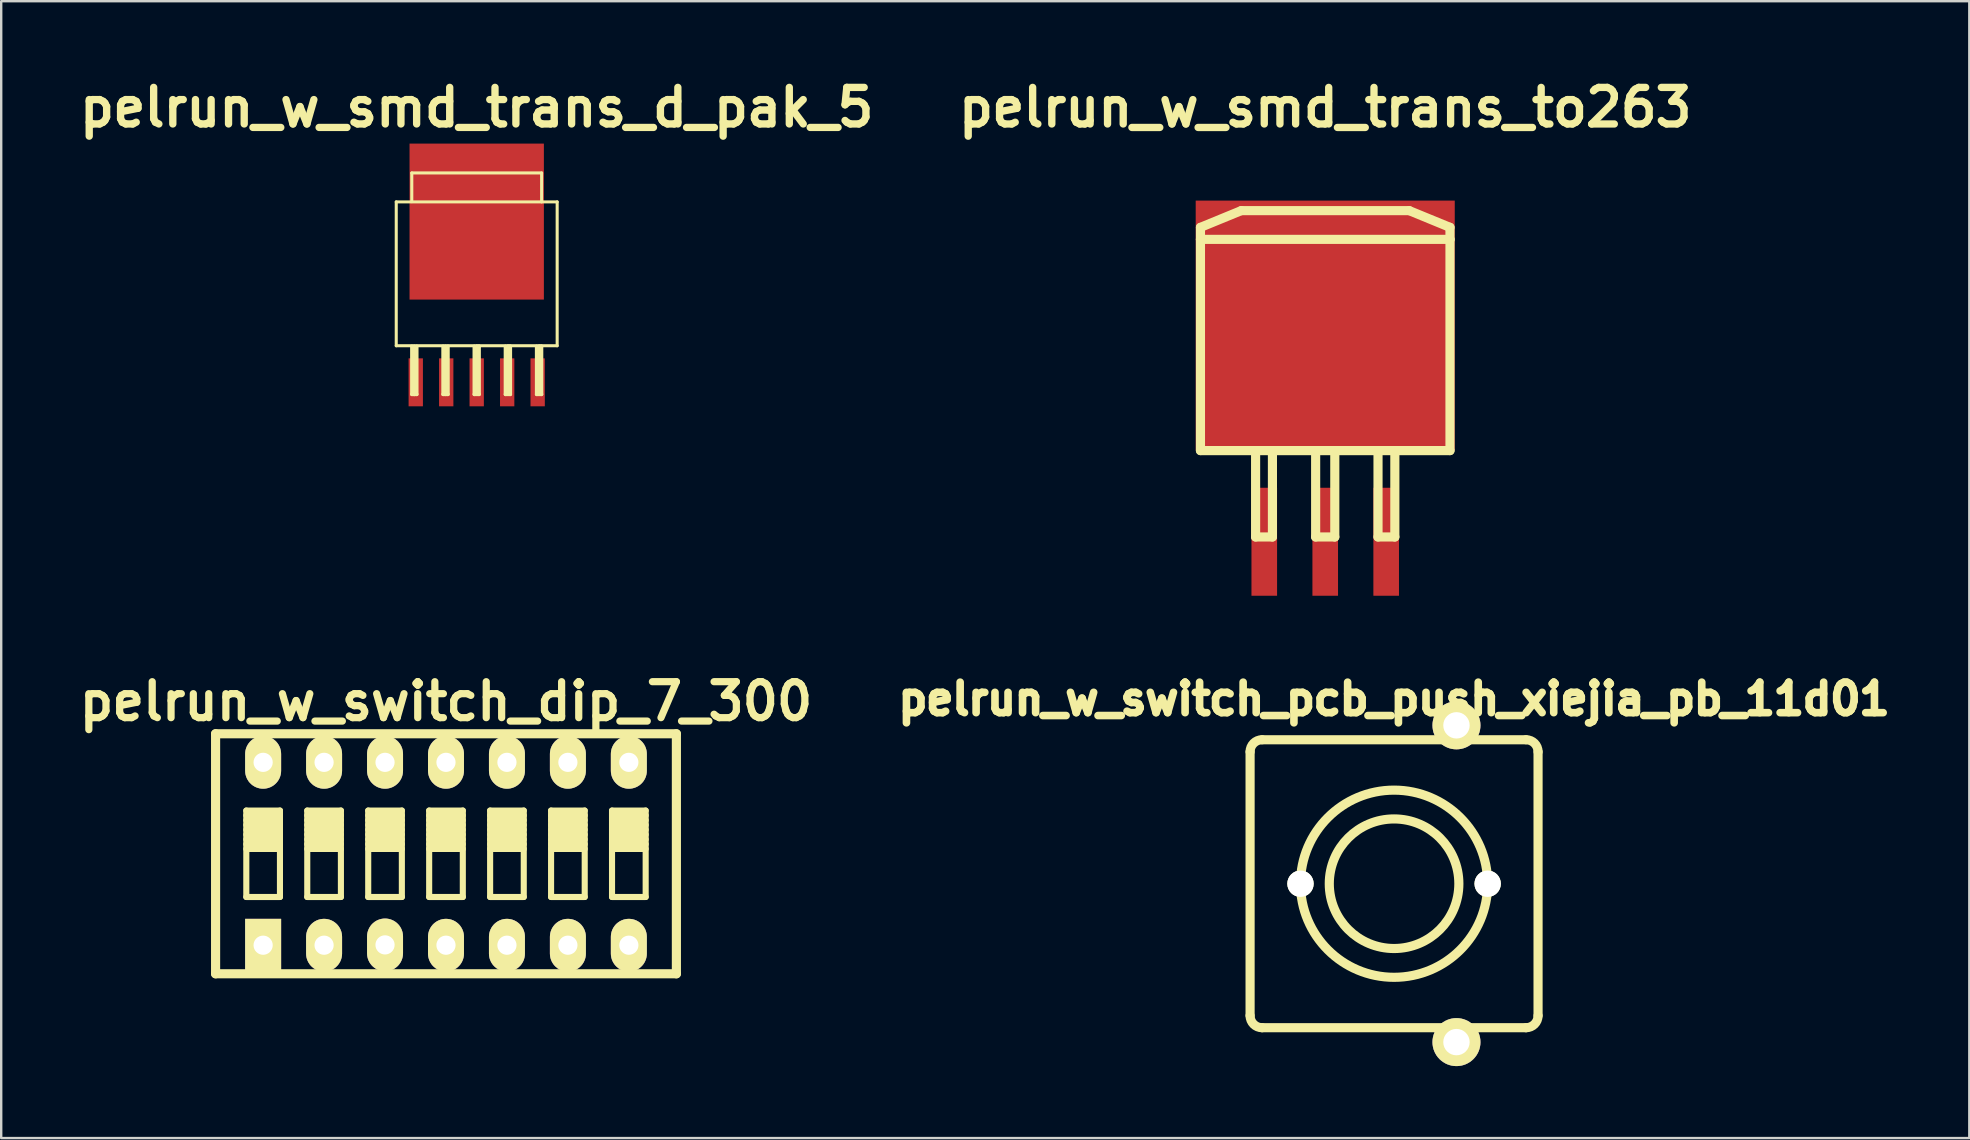
<source format=kicad_pcb>
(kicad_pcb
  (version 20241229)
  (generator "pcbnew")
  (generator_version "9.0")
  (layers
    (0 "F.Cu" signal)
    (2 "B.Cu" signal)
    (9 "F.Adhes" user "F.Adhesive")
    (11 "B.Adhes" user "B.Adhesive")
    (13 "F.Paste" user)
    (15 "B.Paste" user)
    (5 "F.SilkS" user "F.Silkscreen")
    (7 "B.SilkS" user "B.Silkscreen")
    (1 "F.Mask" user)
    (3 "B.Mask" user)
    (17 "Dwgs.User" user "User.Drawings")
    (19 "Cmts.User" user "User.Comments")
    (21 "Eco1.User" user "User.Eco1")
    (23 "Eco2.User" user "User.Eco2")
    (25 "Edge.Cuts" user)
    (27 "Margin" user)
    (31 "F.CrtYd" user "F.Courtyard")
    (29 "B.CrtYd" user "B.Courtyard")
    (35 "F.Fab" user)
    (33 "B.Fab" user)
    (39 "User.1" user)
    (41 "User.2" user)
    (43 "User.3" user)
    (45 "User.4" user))
  (footprint "pelrun_w_switch_pcb_push_xiejia_pb_11d01"
    (layer "F.Cu")
    (at 55.043 33.776)
    (property "Reference" "pelrun_w_switch_pcb_push_xiejia_pb_11d01" (at 0 -7.7 0) (layer "F.SilkS") (effects (font (size 1.27 1.27) (thickness 0.318))))
    (attr through_hole)
    (fp_line (start -6 5.5) (end -6 -5.5) (stroke (width 0.381) (type solid)) (layer "F.SilkS"))
    (fp_line (start -5.5 -6) (end 5.5 -6) (stroke (width 0.381) (type solid)) (layer "F.SilkS"))
    (fp_line (start 5.5 6) (end -5.5 6) (stroke (width 0.381) (type solid)) (layer "F.SilkS"))
    (fp_line (start 6 -5.5) (end 6 5.5) (stroke (width 0.381) (type solid)) (layer "F.SilkS"))
    (fp_arc (start -6 -5.5) (mid -5.853553 -5.853553) (end -5.5 -6) (stroke (width 0.381) (type solid)) (layer "F.SilkS"))
    (fp_arc (start -5.5 6) (mid -5.853553 5.853553) (end -6 5.5) (stroke (width 0.381) (type solid)) (layer "F.SilkS"))
    (fp_arc (start 5.5 -6) (mid 5.853553 -5.853553) (end 6 -5.5) (stroke (width 0.381) (type solid)) (layer "F.SilkS"))
    (fp_arc (start 6 5.5) (mid 5.853553 5.853553) (end 5.5 6) (stroke (width 0.381) (type solid)) (layer "F.SilkS"))
    (fp_circle (center 0 0) (end 2.7 0) (stroke (width 0.381) (type solid)) (fill no) (layer "F.SilkS"))
    (fp_circle (center 0 0) (end 3.9 0) (stroke (width 0.381) (type solid)) (fill no) (layer "F.SilkS"))
    (pad "" np_thru_hole circle (at -3.9 0) (size 1.1 1.1) (drill 1.1) (layers "*.Cu" "*.Mask" "F.SilkS"))
    (pad "" np_thru_hole circle (at 3.9 0) (size 1.1 1.1) (drill 1.1) (layers "*.Cu" "*.Mask" "F.SilkS"))
    (pad "1" thru_hole circle (at 2.6 -6.6) (size 2 2) (drill 1.1) (layers "*.Cu" "*.Mask" "F.SilkS"))
    (pad "2" thru_hole circle (at 2.6 6.6) (size 2 2) (drill 1.1) (layers "*.Cu" "*.Mask" "F.SilkS")))
  (footprint "pelrun_w_switch_dip_7_300"
    (layer "F.Cu")
    (at 15.535 32.528)
    (property "Reference" "pelrun_w_switch_dip_7_300" (at 0 -6.35 0) (layer "F.SilkS") (effects (font (size 1.499 1.499) (thickness 0.3))))
    (attr through_hole)
    (fp_line (start -9.601 5.001) (end -9.601 -5.001) (stroke (width 0.381) (type solid)) (layer "F.SilkS"))
    (fp_line (start -9.601 5.001) (end 9.601 5.001) (stroke (width 0.381) (type solid)) (layer "F.SilkS"))
    (fp_line (start -8.321 -1.801) (end -8.321 1.801) (stroke (width 0.254) (type solid)) (layer "F.SilkS"))
    (fp_line (start -8.321 -1.6) (end -6.919 -1.6) (stroke (width 0.254) (type solid)) (layer "F.SilkS"))
    (fp_line (start -8.321 -1.4) (end -6.919 -1.4) (stroke (width 0.254) (type solid)) (layer "F.SilkS"))
    (fp_line (start -8.321 -1.201) (end -6.919 -1.201) (stroke (width 0.254) (type solid)) (layer "F.SilkS"))
    (fp_line (start -8.321 -1.001) (end -6.919 -1.001) (stroke (width 0.254) (type solid)) (layer "F.SilkS"))
    (fp_line (start -8.321 -0.8) (end -6.919 -0.8) (stroke (width 0.254) (type solid)) (layer "F.SilkS"))
    (fp_line (start -8.321 -0.599) (end -6.919 -0.599) (stroke (width 0.254) (type solid)) (layer "F.SilkS"))
    (fp_line (start -8.321 -0.401) (end -6.919 -0.401) (stroke (width 0.254) (type solid)) (layer "F.SilkS"))
    (fp_line (start -8.321 -0.201) (end -6.919 -0.201) (stroke (width 0.254) (type solid)) (layer "F.SilkS"))
    (fp_line (start -8.321 1.801) (end -6.919 1.801) (stroke (width 0.254) (type solid)) (layer "F.SilkS"))
    (fp_line (start -6.919 -1.801) (end -8.321 -1.801) (stroke (width 0.254) (type solid)) (layer "F.SilkS"))
    (fp_line (start -6.919 1.801) (end -6.919 -1.801) (stroke (width 0.254) (type solid)) (layer "F.SilkS"))
    (fp_line (start -5.781 -1.801) (end -5.781 1.801) (stroke (width 0.254) (type solid)) (layer "F.SilkS"))
    (fp_line (start -5.781 -1.6) (end -4.379 -1.6) (stroke (width 0.254) (type solid)) (layer "F.SilkS"))
    (fp_line (start -5.781 -1.4) (end -4.379 -1.4) (stroke (width 0.254) (type solid)) (layer "F.SilkS"))
    (fp_line (start -5.781 -1.201) (end -4.379 -1.201) (stroke (width 0.254) (type solid)) (layer "F.SilkS"))
    (fp_line (start -5.781 -1.001) (end -4.379 -1.001) (stroke (width 0.254) (type solid)) (layer "F.SilkS"))
    (fp_line (start -5.781 -0.8) (end -4.379 -0.8) (stroke (width 0.254) (type solid)) (layer "F.SilkS"))
    (fp_line (start -5.781 -0.599) (end -4.379 -0.599) (stroke (width 0.254) (type solid)) (layer "F.SilkS"))
    (fp_line (start -5.781 -0.401) (end -4.379 -0.401) (stroke (width 0.254) (type solid)) (layer "F.SilkS"))
    (fp_line (start -5.781 -0.201) (end -4.379 -0.201) (stroke (width 0.254) (type solid)) (layer "F.SilkS"))
    (fp_line (start -5.781 1.801) (end -4.379 1.801) (stroke (width 0.254) (type solid)) (layer "F.SilkS"))
    (fp_line (start -4.379 -1.801) (end -5.781 -1.801) (stroke (width 0.254) (type solid)) (layer "F.SilkS"))
    (fp_line (start -4.379 1.801) (end -4.379 -1.801) (stroke (width 0.254) (type solid)) (layer "F.SilkS"))
    (fp_line (start -3.241 -1.801) (end -3.241 1.801) (stroke (width 0.254) (type solid)) (layer "F.SilkS"))
    (fp_line (start -3.241 -1.6) (end -1.839 -1.6) (stroke (width 0.254) (type solid)) (layer "F.SilkS"))
    (fp_line (start -3.241 -1.4) (end -1.839 -1.4) (stroke (width 0.254) (type solid)) (layer "F.SilkS"))
    (fp_line (start -3.241 -1.201) (end -1.839 -1.201) (stroke (width 0.254) (type solid)) (layer "F.SilkS"))
    (fp_line (start -3.241 -1.001) (end -1.839 -1.001) (stroke (width 0.254) (type solid)) (layer "F.SilkS"))
    (fp_line (start -3.241 -0.8) (end -1.839 -0.8) (stroke (width 0.254) (type solid)) (layer "F.SilkS"))
    (fp_line (start -3.241 -0.599) (end -1.839 -0.599) (stroke (width 0.254) (type solid)) (layer "F.SilkS"))
    (fp_line (start -3.241 -0.401) (end -1.839 -0.401) (stroke (width 0.254) (type solid)) (layer "F.SilkS"))
    (fp_line (start -3.241 -0.201) (end -1.839 -0.201) (stroke (width 0.254) (type solid)) (layer "F.SilkS"))
    (fp_line (start -3.241 1.801) (end -1.839 1.801) (stroke (width 0.254) (type solid)) (layer "F.SilkS"))
    (fp_line (start -1.839 -1.801) (end -3.241 -1.801) (stroke (width 0.254) (type solid)) (layer "F.SilkS"))
    (fp_line (start -1.839 1.801) (end -1.839 -1.801) (stroke (width 0.254) (type solid)) (layer "F.SilkS"))
    (fp_line (start -0.701 -1.801) (end -0.701 1.801) (stroke (width 0.254) (type solid)) (layer "F.SilkS"))
    (fp_line (start -0.701 -1.6) (end 0.701 -1.6) (stroke (width 0.254) (type solid)) (layer "F.SilkS"))
    (fp_line (start -0.701 -1.4) (end 0.701 -1.4) (stroke (width 0.254) (type solid)) (layer "F.SilkS"))
    (fp_line (start -0.701 -1.201) (end 0.701 -1.201) (stroke (width 0.254) (type solid)) (layer "F.SilkS"))
    (fp_line (start -0.701 -1.001) (end 0.701 -1.001) (stroke (width 0.254) (type solid)) (layer "F.SilkS"))
    (fp_line (start -0.701 -0.8) (end 0.701 -0.8) (stroke (width 0.254) (type solid)) (layer "F.SilkS"))
    (fp_line (start -0.701 -0.599) (end 0.701 -0.599) (stroke (width 0.254) (type solid)) (layer "F.SilkS"))
    (fp_line (start -0.701 -0.401) (end 0.701 -0.401) (stroke (width 0.254) (type solid)) (layer "F.SilkS"))
    (fp_line (start -0.701 -0.201) (end 0.701 -0.201) (stroke (width 0.254) (type solid)) (layer "F.SilkS"))
    (fp_line (start -0.701 1.801) (end 0.701 1.801) (stroke (width 0.254) (type solid)) (layer "F.SilkS"))
    (fp_line (start 0.701 -1.801) (end -0.701 -1.801) (stroke (width 0.254) (type solid)) (layer "F.SilkS"))
    (fp_line (start 0.701 1.801) (end 0.701 -1.801) (stroke (width 0.254) (type solid)) (layer "F.SilkS"))
    (fp_line (start 1.839 -1.801) (end 1.839 1.801) (stroke (width 0.254) (type solid)) (layer "F.SilkS"))
    (fp_line (start 1.839 -1.6) (end 3.241 -1.6) (stroke (width 0.254) (type solid)) (layer "F.SilkS"))
    (fp_line (start 1.839 -1.4) (end 3.241 -1.4) (stroke (width 0.254) (type solid)) (layer "F.SilkS"))
    (fp_line (start 1.839 -1.201) (end 3.241 -1.201) (stroke (width 0.254) (type solid)) (layer "F.SilkS"))
    (fp_line (start 1.839 -1.001) (end 3.241 -1.001) (stroke (width 0.254) (type solid)) (layer "F.SilkS"))
    (fp_line (start 1.839 -0.8) (end 3.241 -0.8) (stroke (width 0.254) (type solid)) (layer "F.SilkS"))
    (fp_line (start 1.839 -0.599) (end 3.241 -0.599) (stroke (width 0.254) (type solid)) (layer "F.SilkS"))
    (fp_line (start 1.839 -0.401) (end 3.241 -0.401) (stroke (width 0.254) (type solid)) (layer "F.SilkS"))
    (fp_line (start 1.839 -0.201) (end 3.241 -0.201) (stroke (width 0.254) (type solid)) (layer "F.SilkS"))
    (fp_line (start 1.839 1.801) (end 3.241 1.801) (stroke (width 0.254) (type solid)) (layer "F.SilkS"))
    (fp_line (start 3.241 -1.801) (end 1.839 -1.801) (stroke (width 0.254) (type solid)) (layer "F.SilkS"))
    (fp_line (start 3.241 1.801) (end 3.241 -1.801) (stroke (width 0.254) (type solid)) (layer "F.SilkS"))
    (fp_line (start 4.379 -1.801) (end 4.379 1.801) (stroke (width 0.254) (type solid)) (layer "F.SilkS"))
    (fp_line (start 4.379 -1.6) (end 5.781 -1.6) (stroke (width 0.254) (type solid)) (layer "F.SilkS"))
    (fp_line (start 4.379 -1.4) (end 5.781 -1.4) (stroke (width 0.254) (type solid)) (layer "F.SilkS"))
    (fp_line (start 4.379 -1.201) (end 5.781 -1.201) (stroke (width 0.254) (type solid)) (layer "F.SilkS"))
    (fp_line (start 4.379 -1.001) (end 5.781 -1.001) (stroke (width 0.254) (type solid)) (layer "F.SilkS"))
    (fp_line (start 4.379 -0.8) (end 5.781 -0.8) (stroke (width 0.254) (type solid)) (layer "F.SilkS"))
    (fp_line (start 4.379 -0.599) (end 5.781 -0.599) (stroke (width 0.254) (type solid)) (layer "F.SilkS"))
    (fp_line (start 4.379 -0.401) (end 5.781 -0.401) (stroke (width 0.254) (type solid)) (layer "F.SilkS"))
    (fp_line (start 4.379 -0.201) (end 5.781 -0.201) (stroke (width 0.254) (type solid)) (layer "F.SilkS"))
    (fp_line (start 4.379 1.801) (end 5.781 1.801) (stroke (width 0.254) (type solid)) (layer "F.SilkS"))
    (fp_line (start 5.781 -1.801) (end 4.379 -1.801) (stroke (width 0.254) (type solid)) (layer "F.SilkS"))
    (fp_line (start 5.781 1.801) (end 5.781 -1.801) (stroke (width 0.254) (type solid)) (layer "F.SilkS"))
    (fp_line (start 6.919 -1.801) (end 6.919 1.801) (stroke (width 0.254) (type solid)) (layer "F.SilkS"))
    (fp_line (start 6.919 -1.6) (end 8.321 -1.6) (stroke (width 0.254) (type solid)) (layer "F.SilkS"))
    (fp_line (start 6.919 -1.4) (end 8.321 -1.4) (stroke (width 0.254) (type solid)) (layer "F.SilkS"))
    (fp_line (start 6.919 -1.201) (end 8.321 -1.201) (stroke (width 0.254) (type solid)) (layer "F.SilkS"))
    (fp_line (start 6.919 -1.001) (end 8.321 -1.001) (stroke (width 0.254) (type solid)) (layer "F.SilkS"))
    (fp_line (start 6.919 -0.8) (end 8.321 -0.8) (stroke (width 0.254) (type solid)) (layer "F.SilkS"))
    (fp_line (start 6.919 -0.599) (end 8.321 -0.599) (stroke (width 0.254) (type solid)) (layer "F.SilkS"))
    (fp_line (start 6.919 -0.401) (end 8.321 -0.401) (stroke (width 0.254) (type solid)) (layer "F.SilkS"))
    (fp_line (start 6.919 -0.201) (end 8.321 -0.201) (stroke (width 0.254) (type solid)) (layer "F.SilkS"))
    (fp_line (start 6.919 1.801) (end 8.321 1.801) (stroke (width 0.254) (type solid)) (layer "F.SilkS"))
    (fp_line (start 8.321 -1.801) (end 6.919 -1.801) (stroke (width 0.254) (type solid)) (layer "F.SilkS"))
    (fp_line (start 8.321 1.801) (end 8.321 -1.801) (stroke (width 0.254) (type solid)) (layer "F.SilkS"))
    (fp_line (start 9.601 -5.001) (end -9.601 -5.001) (stroke (width 0.381) (type solid)) (layer "F.SilkS"))
    (fp_line (start 9.601 -4.999) (end 9.601 5.001) (stroke (width 0.381) (type solid)) (layer "F.SilkS"))
    (pad "1" thru_hole rect (at -7.62 3.81) (size 1.499 2.197) (drill 0.8) (layers "*.Cu" "*.Mask" "F.SilkS"))
    (pad "2" thru_hole oval (at -5.08 3.81) (size 1.499 2.197) (drill 0.8) (layers "*.Cu" "*.Mask" "F.SilkS"))
    (pad "3" thru_hole oval (at -2.54 3.797) (size 1.499 2.197) (drill 0.8) (layers "*.Cu" "*.Mask" "F.SilkS"))
    (pad "4" thru_hole oval (at 0 3.81) (size 1.499 2.197) (drill 0.8) (layers "*.Cu" "*.Mask" "F.SilkS"))
    (pad "5" thru_hole oval (at 2.54 3.81) (size 1.499 2.197) (drill 0.8) (layers "*.Cu" "*.Mask" "F.SilkS"))
    (pad "6" thru_hole oval (at 5.08 3.81) (size 1.499 2.197) (drill 0.8) (layers "*.Cu" "*.Mask" "F.SilkS"))
    (pad "7" thru_hole oval (at 7.62 3.81) (size 1.499 2.197) (drill 0.8) (layers "*.Cu" "*.Mask" "F.SilkS"))
    (pad "8" thru_hole oval (at 7.62 -3.81) (size 1.499 2.197) (drill 0.8) (layers "*.Cu" "*.Mask" "F.SilkS"))
    (pad "9" thru_hole oval (at 5.08 -3.81) (size 1.499 2.197) (drill 0.8) (layers "*.Cu" "*.Mask" "F.SilkS"))
    (pad "10" thru_hole oval (at 2.54 -3.81) (size 1.499 2.197) (drill 0.8) (layers "*.Cu" "*.Mask" "F.SilkS"))
    (pad "11" thru_hole oval (at 0 -3.81) (size 1.499 2.197) (drill 0.8) (layers "*.Cu" "*.Mask" "F.SilkS"))
    (pad "12" thru_hole oval (at -2.54 -3.81) (size 1.499 2.197) (drill 0.8) (layers "*.Cu" "*.Mask" "F.SilkS"))
    (pad "13" thru_hole oval (at -5.08 -3.81) (size 1.499 2.197) (drill 0.8) (layers "*.Cu" "*.Mask" "F.SilkS"))
    (pad "14" thru_hole oval (at -7.62 -3.81) (size 1.499 2.197) (drill 0.8) (layers "*.Cu" "*.Mask" "F.SilkS")))
  (footprint "pelrun_w_smd_trans_d_pak_5"
    (layer "F.Cu")
    (at 16.815 9.783)
    (property "Reference" "pelrun_w_smd_trans_d_pak_5" (at 0 -8.357 0) (layer "F.SilkS") (effects (font (size 1.524 1.524) (thickness 0.305))))
    (attr through_hole)
    (fp_line (start -3.353 -4.42) (end -3.353 1.575) (stroke (width 0.127) (type solid)) (layer "F.SilkS"))
    (fp_line (start -2.705 -5.626) (end 2.705 -5.626) (stroke (width 0.127) (type solid)) (layer "F.SilkS"))
    (fp_line (start -2.705 -4.432) (end -2.705 -5.626) (stroke (width 0.127) (type solid)) (layer "F.SilkS"))
    (fp_line (start -2.7 3.599) (end -2.7 1.6) (stroke (width 0.15) (type solid)) (layer "F.SilkS"))
    (fp_line (start -2.601 1.6) (end -2.601 3.599) (stroke (width 0.15) (type solid)) (layer "F.SilkS"))
    (fp_line (start -2.601 3.599) (end -2.7 3.599) (stroke (width 0.15) (type solid)) (layer "F.SilkS"))
    (fp_line (start -2.601 3.599) (end -2.499 3.599) (stroke (width 0.15) (type solid)) (layer "F.SilkS"))
    (fp_line (start -2.499 3.599) (end -2.499 1.6) (stroke (width 0.15) (type solid)) (layer "F.SilkS"))
    (fp_line (start -1.4 3.599) (end -1.4 1.6) (stroke (width 0.15) (type solid)) (layer "F.SilkS"))
    (fp_line (start -1.3 3.599) (end -1.3 1.6) (stroke (width 0.15) (type solid)) (layer "F.SilkS"))
    (fp_line (start -1.199 3.599) (end -1.4 3.599) (stroke (width 0.15) (type solid)) (layer "F.SilkS"))
    (fp_line (start -1.199 3.599) (end -1.199 1.6) (stroke (width 0.15) (type solid)) (layer "F.SilkS"))
    (fp_line (start -0.099 1.6) (end -0.099 3.599) (stroke (width 0.15) (type solid)) (layer "F.SilkS"))
    (fp_line (start -0.099 3.599) (end 0.099 3.599) (stroke (width 0.15) (type solid)) (layer "F.SilkS"))
    (fp_line (start 0 1.6) (end 0 3.5) (stroke (width 0.15) (type solid)) (layer "F.SilkS"))
    (fp_line (start 0.099 1.6) (end 0 1.6) (stroke (width 0.15) (type solid)) (layer "F.SilkS"))
    (fp_line (start 0.099 3.599) (end 0.099 1.6) (stroke (width 0.15) (type solid)) (layer "F.SilkS"))
    (fp_line (start 1.199 1.6) (end 1.199 3.599) (stroke (width 0.15) (type solid)) (layer "F.SilkS"))
    (fp_line (start 1.199 3.599) (end 1.4 3.599) (stroke (width 0.15) (type solid)) (layer "F.SilkS"))
    (fp_line (start 1.3 1.6) (end 1.3 3.5) (stroke (width 0.15) (type solid)) (layer "F.SilkS"))
    (fp_line (start 1.4 1.6) (end 1.3 1.6) (stroke (width 0.15) (type solid)) (layer "F.SilkS"))
    (fp_line (start 1.4 3.599) (end 1.4 1.6) (stroke (width 0.15) (type solid)) (layer "F.SilkS"))
    (fp_line (start 2.499 1.6) (end 2.499 3.599) (stroke (width 0.15) (type solid)) (layer "F.SilkS"))
    (fp_line (start 2.499 3.599) (end 2.7 3.599) (stroke (width 0.15) (type solid)) (layer "F.SilkS"))
    (fp_line (start 2.601 1.6) (end 2.601 3.5) (stroke (width 0.15) (type solid)) (layer "F.SilkS"))
    (fp_line (start 2.7 1.6) (end 2.601 1.6) (stroke (width 0.15) (type solid)) (layer "F.SilkS"))
    (fp_line (start 2.7 3.599) (end 2.7 1.6) (stroke (width 0.15) (type solid)) (layer "F.SilkS"))
    (fp_line (start 2.705 -5.626) (end 2.705 -4.42) (stroke (width 0.127) (type solid)) (layer "F.SilkS"))
    (fp_line (start 3.353 -4.42) (end -3.353 -4.42) (stroke (width 0.127) (type solid)) (layer "F.SilkS"))
    (fp_line (start 3.353 1.575) (end -3.353 1.575) (stroke (width 0.127) (type solid)) (layer "F.SilkS"))
    (fp_line (start 3.353 1.575) (end 3.353 -4.42) (stroke (width 0.127) (type solid)) (layer "F.SilkS"))
    (pad "1" smd rect (at -2.54 3.099) (size 0.597 1.999) (layers "F.Cu" "F.Mask" "F.Paste"))
    (pad "2" smd rect (at -1.27 3.099) (size 0.597 1.999) (layers "F.Cu" "F.Mask" "F.Paste"))
    (pad "3" smd rect (at 0 3.099) (size 0.597 1.999) (layers "F.Cu" "F.Mask" "F.Paste"))
    (pad "4" smd rect (at 1.27 3.099) (size 0.597 1.999) (layers "F.Cu" "F.Mask" "F.Paste"))
    (pad "5" smd rect (at 2.54 3.099) (size 0.597 1.999) (layers "F.Cu" "F.Mask" "F.Paste"))
    (pad "6" smd rect (at 0 -3.599) (size 5.598 6.5) (layers "F.Cu" "F.Mask" "F.Paste")))
  (footprint "pelrun_w_smd_trans_to263"
    (layer "F.Cu")
    (at 52.174 13.926)
    (property "Reference" "pelrun_w_smd_trans_to263" (at 0 -12.499 0) (layer "F.SilkS") (effects (font (size 1.524 1.524) (thickness 0.305))))
    (attr through_hole)
    (fp_line (start -5.199 -7.501) (end -3.5 -8.199) (stroke (width 0.381) (type solid)) (layer "F.SilkS"))
    (fp_line (start -5.199 -7) (end -5.199 -7.501) (stroke (width 0.381) (type solid)) (layer "F.SilkS"))
    (fp_line (start -5.199 -7) (end -5.199 1.801) (stroke (width 0.381) (type solid)) (layer "F.SilkS"))
    (fp_line (start -5.199 1.801) (end 5.199 1.801) (stroke (width 0.381) (type solid)) (layer "F.SilkS"))
    (fp_line (start -3.5 -8.199) (end 3.5 -8.199) (stroke (width 0.381) (type solid)) (layer "F.SilkS"))
    (fp_line (start -2.901 1.801) (end -2.901 5.4) (stroke (width 0.381) (type solid)) (layer "F.SilkS"))
    (fp_line (start -2.901 5.4) (end -2.2 5.4) (stroke (width 0.381) (type solid)) (layer "F.SilkS"))
    (fp_line (start -2.2 5.4) (end -2.2 1.801) (stroke (width 0.381) (type solid)) (layer "F.SilkS"))
    (fp_line (start -0.399 1.801) (end -0.399 5.4) (stroke (width 0.381) (type solid)) (layer "F.SilkS"))
    (fp_line (start -0.399 5.4) (end 0.399 5.4) (stroke (width 0.381) (type solid)) (layer "F.SilkS"))
    (fp_line (start 0.399 5.4) (end 0.399 1.801) (stroke (width 0.381) (type solid)) (layer "F.SilkS"))
    (fp_line (start 2.2 1.801) (end 2.2 5.4) (stroke (width 0.381) (type solid)) (layer "F.SilkS"))
    (fp_line (start 2.2 5.4) (end 2.901 5.4) (stroke (width 0.381) (type solid)) (layer "F.SilkS"))
    (fp_line (start 2.901 5.4) (end 2.901 1.801) (stroke (width 0.381) (type solid)) (layer "F.SilkS"))
    (fp_line (start 3.5 -8.199) (end 5.199 -7.501) (stroke (width 0.381) (type solid)) (layer "F.SilkS"))
    (fp_line (start 5.199 -7.501) (end 5.199 -7) (stroke (width 0.381) (type solid)) (layer "F.SilkS"))
    (fp_line (start 5.199 -7) (end -5.199 -7) (stroke (width 0.381) (type solid)) (layer "F.SilkS"))
    (fp_line (start 5.199 1.801) (end 5.199 -7) (stroke (width 0.381) (type solid)) (layer "F.SilkS"))
    (pad "1" smd rect (at -2.54 5.6) (size 1.067 4.5) (layers "F.Cu" "F.Mask" "F.Paste"))
    (pad "2" smd rect (at 0 -3.414) (size 10.795 10.406) (layers "F.Cu" "F.Mask" "F.Paste"))
    (pad "2" smd rect (at 0 5.6) (size 1.067 4.5) (layers "F.Cu" "F.Mask" "F.Paste"))
    (pad "3" smd rect (at 2.54 5.6) (size 1.067 4.5) (layers "F.Cu" "F.Mask" "F.Paste")))
  (gr_rect
    (start -3 -3)
    (end 79.014 44.376)
    (stroke (width 0.1) (type default))
    (fill no)
    (layer "Edge.Cuts")))
</source>
